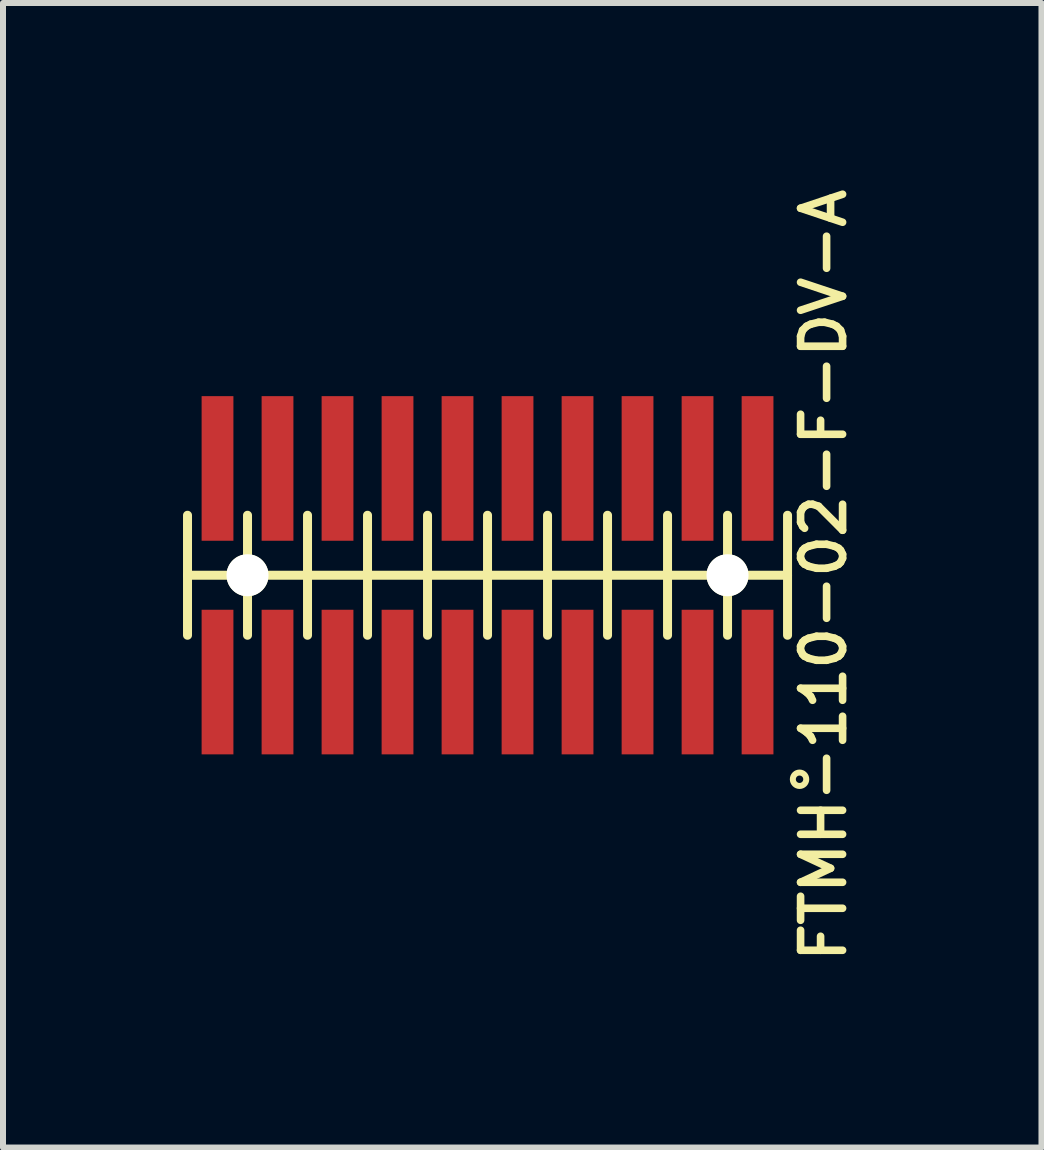
<source format=kicad_pcb>
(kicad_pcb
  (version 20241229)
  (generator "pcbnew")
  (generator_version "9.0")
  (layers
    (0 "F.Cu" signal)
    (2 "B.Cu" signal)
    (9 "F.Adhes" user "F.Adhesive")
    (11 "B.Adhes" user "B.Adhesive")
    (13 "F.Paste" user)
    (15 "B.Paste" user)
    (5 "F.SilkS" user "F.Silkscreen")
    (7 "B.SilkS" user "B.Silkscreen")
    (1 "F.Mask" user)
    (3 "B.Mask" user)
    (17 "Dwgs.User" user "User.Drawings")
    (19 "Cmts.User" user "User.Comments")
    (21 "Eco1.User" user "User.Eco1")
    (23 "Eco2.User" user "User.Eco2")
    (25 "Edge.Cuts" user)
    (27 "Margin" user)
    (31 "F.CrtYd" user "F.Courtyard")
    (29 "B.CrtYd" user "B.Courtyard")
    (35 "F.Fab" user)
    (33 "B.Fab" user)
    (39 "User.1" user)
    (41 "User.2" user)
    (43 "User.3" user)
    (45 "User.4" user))
  (footprint "FTMH-110-02-F-DV-A"
    (layer "F.Cu")
    (at 5.075 6.537)
    (property "Reference" "FTMH-110-02-F-DV-A" (at 5.6 0 90) (layer "F.SilkS") (effects (font (size 0.7 0.7) (thickness 0.127))))
    (attr through_hole)
    (fp_line (start -5 -1) (end -5 0) (stroke (width 0.15) (type solid)) (layer "F.SilkS"))
    (fp_line (start -5 0) (end -5 1) (stroke (width 0.15) (type solid)) (layer "F.SilkS"))
    (fp_line (start -5 0) (end -4 0) (stroke (width 0.15) (type solid)) (layer "F.SilkS"))
    (fp_line (start -4 -1) (end -4 0) (stroke (width 0.15) (type solid)) (layer "F.SilkS"))
    (fp_line (start -4 0) (end -4 1) (stroke (width 0.15) (type solid)) (layer "F.SilkS"))
    (fp_line (start -4 0) (end -3 0) (stroke (width 0.15) (type solid)) (layer "F.SilkS"))
    (fp_line (start -3 -1) (end -3 1) (stroke (width 0.15) (type solid)) (layer "F.SilkS"))
    (fp_line (start -2 -1) (end -2 0) (stroke (width 0.15) (type solid)) (layer "F.SilkS"))
    (fp_line (start -2 0) (end -3 0) (stroke (width 0.15) (type solid)) (layer "F.SilkS"))
    (fp_line (start -2 0) (end -2 1) (stroke (width 0.15) (type solid)) (layer "F.SilkS"))
    (fp_line (start -2 0) (end -1 0) (stroke (width 0.15) (type solid)) (layer "F.SilkS"))
    (fp_line (start -1 -1) (end -1 0) (stroke (width 0.15) (type solid)) (layer "F.SilkS"))
    (fp_line (start -1 0) (end -1 1) (stroke (width 0.15) (type solid)) (layer "F.SilkS"))
    (fp_line (start -1 0) (end 0 0) (stroke (width 0.15) (type solid)) (layer "F.SilkS"))
    (fp_line (start 0 -1) (end 0 0) (stroke (width 0.15) (type solid)) (layer "F.SilkS"))
    (fp_line (start 0 0) (end 0 1) (stroke (width 0.15) (type solid)) (layer "F.SilkS"))
    (fp_line (start 0 0) (end 1 0) (stroke (width 0.15) (type solid)) (layer "F.SilkS"))
    (fp_line (start 1 -1) (end 1 0) (stroke (width 0.15) (type solid)) (layer "F.SilkS"))
    (fp_line (start 1 0) (end 1 1) (stroke (width 0.15) (type solid)) (layer "F.SilkS"))
    (fp_line (start 1 0) (end 2 0) (stroke (width 0.15) (type solid)) (layer "F.SilkS"))
    (fp_line (start 2 -1) (end 2 0) (stroke (width 0.15) (type solid)) (layer "F.SilkS"))
    (fp_line (start 2 0) (end 2 1) (stroke (width 0.15) (type solid)) (layer "F.SilkS"))
    (fp_line (start 2 0) (end 3 0) (stroke (width 0.15) (type solid)) (layer "F.SilkS"))
    (fp_line (start 3 -1) (end 3 0) (stroke (width 0.15) (type solid)) (layer "F.SilkS"))
    (fp_line (start 3 0) (end 3 1) (stroke (width 0.15) (type solid)) (layer "F.SilkS"))
    (fp_line (start 3 0) (end 4 0) (stroke (width 0.15) (type solid)) (layer "F.SilkS"))
    (fp_line (start 4 -1) (end 4 0) (stroke (width 0.15) (type solid)) (layer "F.SilkS"))
    (fp_line (start 4 0) (end 4 1) (stroke (width 0.15) (type solid)) (layer "F.SilkS"))
    (fp_line (start 4 0) (end 5 0) (stroke (width 0.15) (type solid)) (layer "F.SilkS"))
    (fp_line (start 5 -1) (end 5 1) (stroke (width 0.15) (type solid)) (layer "F.SilkS"))
    (fp_circle (center 5.2 3.4) (end 5.25 3.5) (stroke (width 0.1) (type solid)) (fill no) (layer "F.SilkS"))
    (pad "" np_thru_hole circle (at -4 0 180) (size 0.7 0.7) (drill 0.7) (layers "*.Cu" "*.Mask" "F.SilkS"))
    (pad "" np_thru_hole circle (at 4 0 180) (size 0.7 0.7) (drill 0.7) (layers "*.Cu" "*.Mask" "F.SilkS"))
    (pad "1" smd rect (at 4.5 1.78 180) (size 0.53 2.41) (layers "F.Cu" "F.Mask" "F.Paste"))
    (pad "2" smd rect (at 4.5 -1.78 180) (size 0.53 2.41) (layers "F.Cu" "F.Mask" "F.Paste"))
    (pad "3" smd rect (at 3.5 1.78 180) (size 0.53 2.41) (layers "F.Cu" "F.Mask" "F.Paste"))
    (pad "4" smd rect (at 3.5 -1.78 180) (size 0.53 2.41) (layers "F.Cu" "F.Mask" "F.Paste"))
    (pad "5" smd rect (at 2.5 1.78 180) (size 0.53 2.41) (layers "F.Cu" "F.Mask" "F.Paste"))
    (pad "6" smd rect (at 2.5 -1.78 180) (size 0.53 2.41) (layers "F.Cu" "F.Mask" "F.Paste"))
    (pad "7" smd rect (at 1.5 1.78 180) (size 0.53 2.41) (layers "F.Cu" "F.Mask" "F.Paste"))
    (pad "8" smd rect (at 1.5 -1.78 180) (size 0.53 2.41) (layers "F.Cu" "F.Mask" "F.Paste"))
    (pad "9" smd rect (at 0.5 1.78 180) (size 0.53 2.41) (layers "F.Cu" "F.Mask" "F.Paste"))
    (pad "10" smd rect (at 0.5 -1.78 180) (size 0.53 2.41) (layers "F.Cu" "F.Mask" "F.Paste"))
    (pad "11" smd rect (at -0.5 1.78 180) (size 0.53 2.41) (layers "F.Cu" "F.Mask" "F.Paste"))
    (pad "12" smd rect (at -0.5 -1.78 180) (size 0.53 2.41) (layers "F.Cu" "F.Mask" "F.Paste"))
    (pad "13" smd rect (at -1.5 1.78 180) (size 0.53 2.41) (layers "F.Cu" "F.Mask" "F.Paste"))
    (pad "14" smd rect (at -1.5 -1.78 180) (size 0.53 2.41) (layers "F.Cu" "F.Mask" "F.Paste"))
    (pad "15" smd rect (at -2.5 1.78 180) (size 0.53 2.41) (layers "F.Cu" "F.Mask" "F.Paste"))
    (pad "16" smd rect (at -2.5 -1.78 180) (size 0.53 2.41) (layers "F.Cu" "F.Mask" "F.Paste"))
    (pad "17" smd rect (at -3.5 1.78 180) (size 0.53 2.41) (layers "F.Cu" "F.Mask" "F.Paste"))
    (pad "18" smd rect (at -3.5 -1.78 180) (size 0.53 2.41) (layers "F.Cu" "F.Mask" "F.Paste"))
    (pad "19" smd rect (at -4.5 1.78 180) (size 0.53 2.41) (layers "F.Cu" "F.Mask" "F.Paste"))
    (pad "20" smd rect (at -4.5 -1.78 180) (size 0.53 2.41) (layers "F.Cu" "F.Mask" "F.Paste")))
  (gr_rect
    (start -3 -3)
    (end 14.307 16.074)
    (stroke (width 0.1) (type default))
    (fill no)
    (layer "Edge.Cuts")))
</source>
